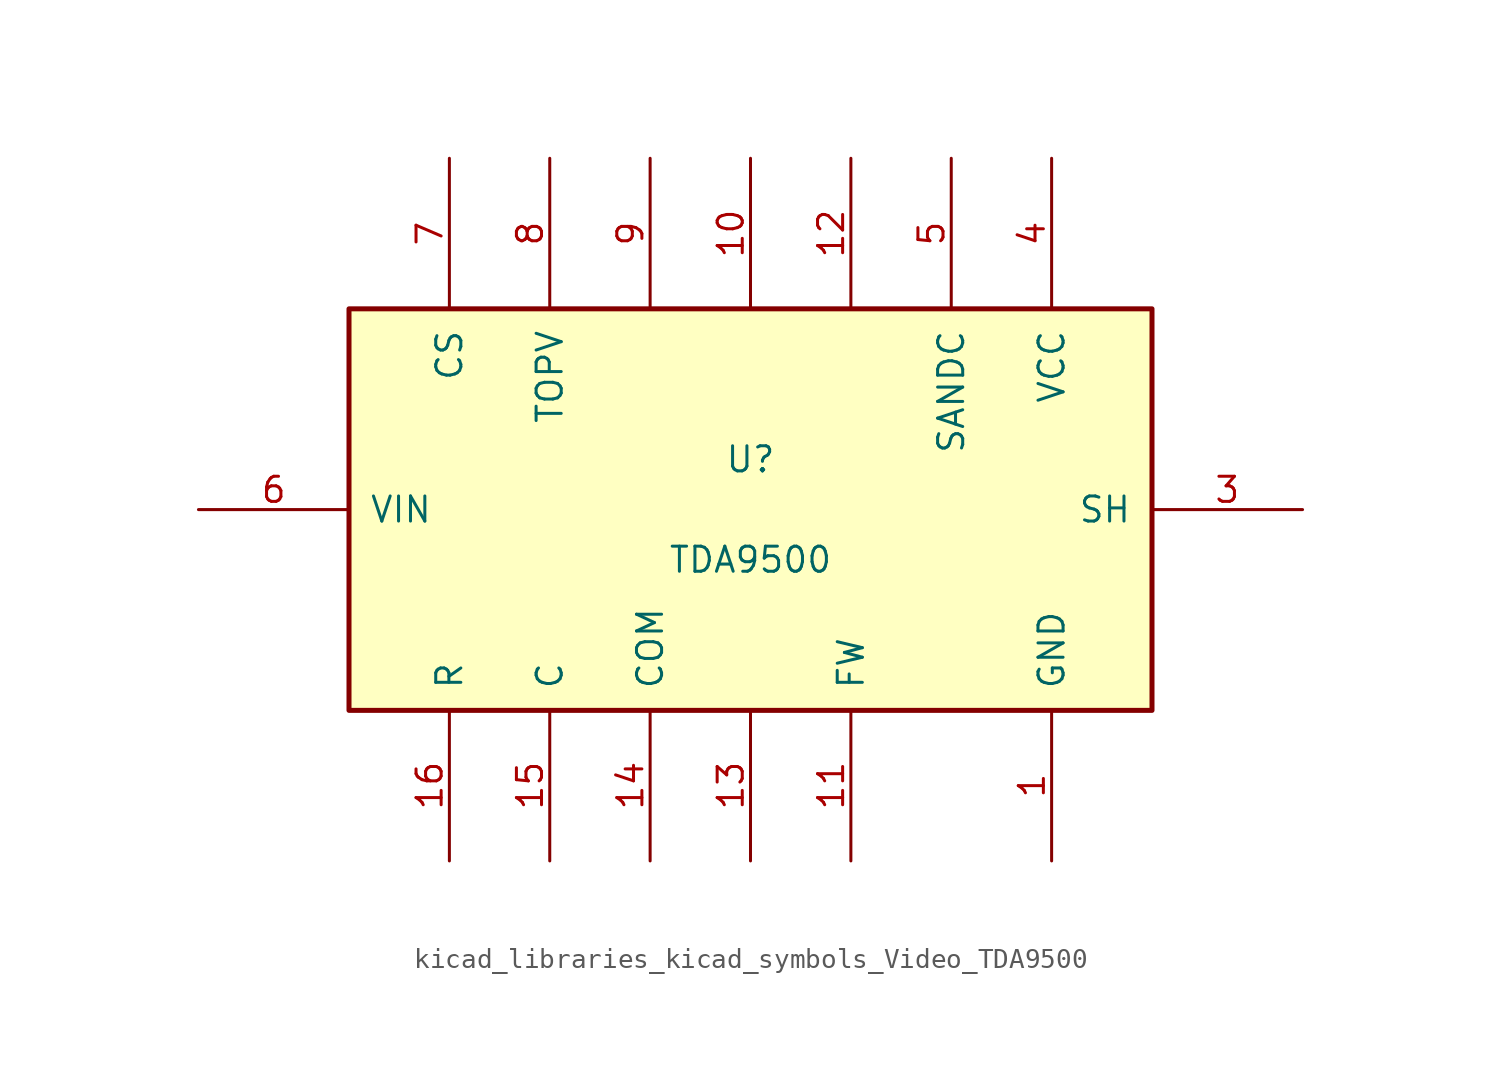
<source format=kicad_sym>
(kicad_symbol_lib
  (version 20220914)
  (generator kicad_symbol_editor)
  (symbol "kicad_libraries_kicad_symbols_Video_TDA9500"
    (pin_names
      (offset 1.016))
    (property "Reference" "U"
      (at 0 2.54 0)
      (effects (font (size 1.27 1.27))))
    (property "Value" "TDA9500"
      (at 0 -2.54 0)
      (effects (font (size 1.27 1.27))))
    (symbol "kicad_libraries_kicad_symbols_Video_TDA9500_0_1"
      (rectangle (start -20.32 -10.16) (end 20.32 10.16) (stroke (width 0.254) (type default)) (fill (type background))))
    (symbol "kicad_libraries_kicad_symbols_Video_TDA9500_1_1"
      (pin power_in line (at 15.24 -17.78 90) (length 7.62) (name "GND" (effects (font (size 1.27 1.27)))) (number "1" (effects (font (size 1.27 1.27)))))
      (pin passive line (at 0 17.78 270) (length 7.62) (name "~" (effects (font (size 1.27 1.27)))) (number "10" (effects (font (size 1.27 1.27)))))
      (pin input line (at 5.08 -17.78 90) (length 7.62) (name "FW" (effects (font (size 1.27 1.27)))) (number "11" (effects (font (size 1.27 1.27)))))
      (pin passive line (at 5.08 17.78 270) (length 7.62) (name "~" (effects (font (size 1.27 1.27)))) (number "12" (effects (font (size 1.27 1.27)))))
      (pin passive line (at 0 -17.78 90) (length 7.62) (name "~" (effects (font (size 1.27 1.27)))) (number "13" (effects (font (size 1.27 1.27)))))
      (pin passive line (at -5.08 -17.78 90) (length 7.62) (name "COM" (effects (font (size 1.27 1.27)))) (number "14" (effects (font (size 1.27 1.27)))))
      (pin input line (at -10.16 -17.78 90) (length 7.62) (name "C" (effects (font (size 1.27 1.27)))) (number "15" (effects (font (size 1.27 1.27)))))
      (pin input line (at -15.24 -17.78 90) (length 7.62) (name "R" (effects (font (size 1.27 1.27)))) (number "16" (effects (font (size 1.27 1.27)))))
      (pin output line (at 27.94 0 180) (length 7.62) (name "SH" (effects (font (size 1.27 1.27)))) (number "3" (effects (font (size 1.27 1.27)))))
      (pin power_in line (at 15.24 17.78 270) (length 7.62) (name "VCC" (effects (font (size 1.27 1.27)))) (number "4" (effects (font (size 1.27 1.27)))))
      (pin output line (at 10.16 17.78 270) (length 7.62) (name "SANDC" (effects (font (size 1.27 1.27)))) (number "5" (effects (font (size 1.27 1.27)))))
      (pin power_in line (at -27.94 0 0) (length 7.62) (name "VIN" (effects (font (size 1.27 1.27)))) (number "6" (effects (font (size 1.27 1.27)))))
      (pin output line (at -15.24 17.78 270) (length 7.62) (name "CS" (effects (font (size 1.27 1.27)))) (number "7" (effects (font (size 1.27 1.27)))))
      (pin output line (at -10.16 17.78 270) (length 7.62) (name "TOPV" (effects (font (size 1.27 1.27)))) (number "8" (effects (font (size 1.27 1.27)))))
      (pin passive line (at -5.08 17.78 270) (length 7.62) (name "~" (effects (font (size 1.27 1.27)))) (number "9" (effects (font (size 1.27 1.27))))))))
</source>
